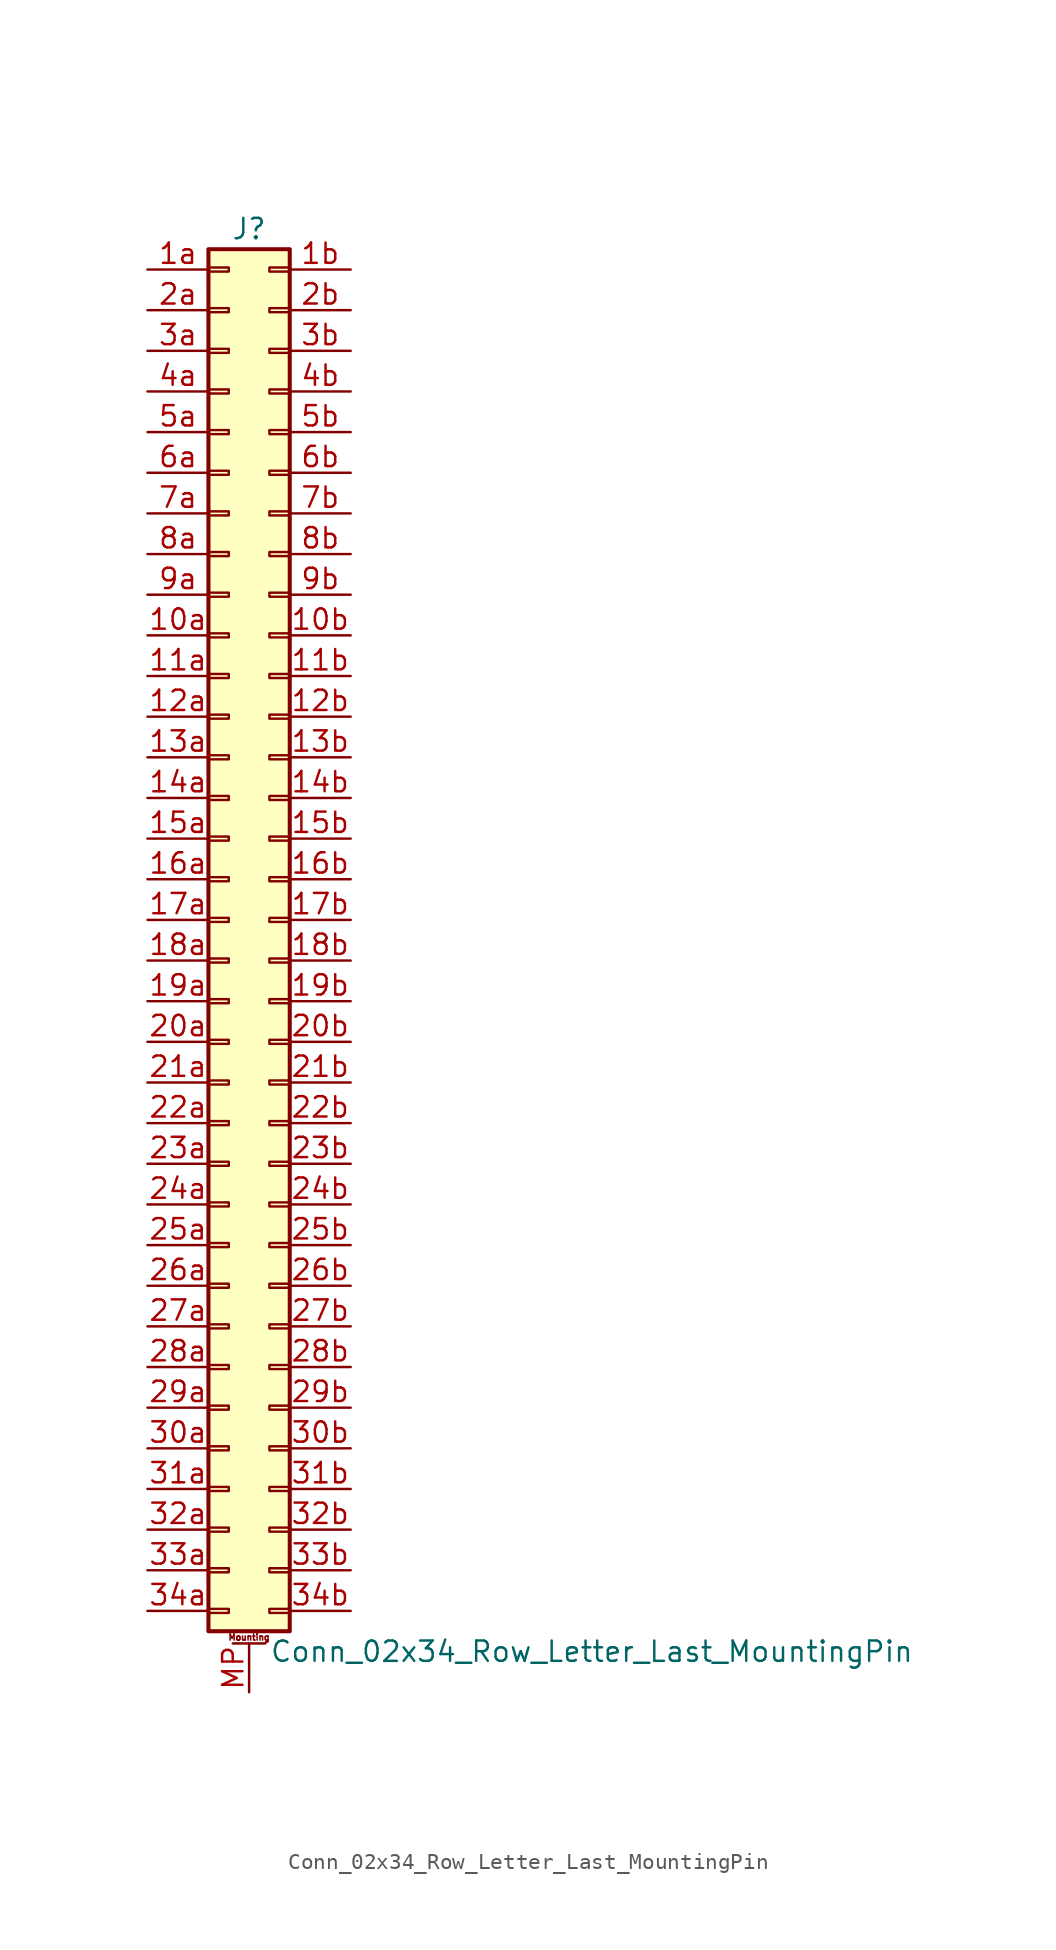
<source format=kicad_sym>
(kicad_symbol_lib
  (version 20201005)
  (generator kicad_symbol_editor)
  (symbol "Conn_02x34_Row_Letter_Last_MountingPin"
    (pin_names
      (offset 1.016) hide)
    (property "Reference" "J"
      (at 1.27 43.18 0)
      (effects (font (size 1.27 1.27))))
    (property "Value" "Conn_02x34_Row_Letter_Last_MountingPin"
      (at 2.54 -45.72 0)
      (effects (font (size 1.27 1.27)) (justify left)))
    (symbol "Conn_02x34_Row_Letter_Last_MountingPin_1_1"
      (text "Mounting" (at 1.27 -44.831 0) (effects (font (size 0.381 0.381))))
      (rectangle (start -1.27 -43.053) (end 0 -43.307) (stroke (width 0.152)) (fill (type none)))
      (rectangle (start -1.27 -40.513) (end 0 -40.767) (stroke (width 0.152)) (fill (type none)))
      (rectangle (start -1.27 -37.973) (end 0 -38.227) (stroke (width 0.152)) (fill (type none)))
      (rectangle (start -1.27 -35.433) (end 0 -35.687) (stroke (width 0.152)) (fill (type none)))
      (rectangle (start -1.27 -32.893) (end 0 -33.147) (stroke (width 0.152)) (fill (type none)))
      (rectangle (start -1.27 -30.353) (end 0 -30.607) (stroke (width 0.152)) (fill (type none)))
      (rectangle (start -1.27 -27.813) (end 0 -28.067) (stroke (width 0.152)) (fill (type none)))
      (rectangle (start -1.27 -25.273) (end 0 -25.527) (stroke (width 0.152)) (fill (type none)))
      (rectangle (start -1.27 -22.733) (end 0 -22.987) (stroke (width 0.152)) (fill (type none)))
      (rectangle (start -1.27 -20.193) (end 0 -20.447) (stroke (width 0.152)) (fill (type none)))
      (rectangle (start -1.27 -17.653) (end 0 -17.907) (stroke (width 0.152)) (fill (type none)))
      (rectangle (start -1.27 -15.113) (end 0 -15.367) (stroke (width 0.152)) (fill (type none)))
      (rectangle (start -1.27 -12.573) (end 0 -12.827) (stroke (width 0.152)) (fill (type none)))
      (rectangle (start -1.27 -10.033) (end 0 -10.287) (stroke (width 0.152)) (fill (type none)))
      (rectangle (start -1.27 -7.493) (end 0 -7.747) (stroke (width 0.152)) (fill (type none)))
      (rectangle (start -1.27 -4.953) (end 0 -5.207) (stroke (width 0.152)) (fill (type none)))
      (rectangle (start -1.27 -2.413) (end 0 -2.667) (stroke (width 0.152)) (fill (type none)))
      (rectangle (start -1.27 0.127) (end 0 -0.127) (stroke (width 0.152)) (fill (type none)))
      (rectangle (start -1.27 2.667) (end 0 2.413) (stroke (width 0.152)) (fill (type none)))
      (rectangle (start -1.27 5.207) (end 0 4.953) (stroke (width 0.152)) (fill (type none)))
      (rectangle (start -1.27 7.747) (end 0 7.493) (stroke (width 0.152)) (fill (type none)))
      (rectangle (start -1.27 10.287) (end 0 10.033) (stroke (width 0.152)) (fill (type none)))
      (rectangle (start -1.27 12.827) (end 0 12.573) (stroke (width 0.152)) (fill (type none)))
      (rectangle (start -1.27 15.367) (end 0 15.113) (stroke (width 0.152)) (fill (type none)))
      (rectangle (start -1.27 17.907) (end 0 17.653) (stroke (width 0.152)) (fill (type none)))
      (rectangle (start -1.27 20.447) (end 0 20.193) (stroke (width 0.152)) (fill (type none)))
      (rectangle (start -1.27 22.987) (end 0 22.733) (stroke (width 0.152)) (fill (type none)))
      (rectangle (start -1.27 25.527) (end 0 25.273) (stroke (width 0.152)) (fill (type none)))
      (rectangle (start -1.27 28.067) (end 0 27.813) (stroke (width 0.152)) (fill (type none)))
      (rectangle (start -1.27 30.607) (end 0 30.353) (stroke (width 0.152)) (fill (type none)))
      (rectangle (start -1.27 33.147) (end 0 32.893) (stroke (width 0.152)) (fill (type none)))
      (rectangle (start -1.27 35.687) (end 0 35.433) (stroke (width 0.152)) (fill (type none)))
      (rectangle (start -1.27 38.227) (end 0 37.973) (stroke (width 0.152)) (fill (type none)))
      (rectangle (start -1.27 40.767) (end 0 40.513) (stroke (width 0.152)) (fill (type none)))
      (rectangle (start -1.27 41.91) (end 3.81 -44.45) (stroke (width 0.254)) (fill (type background)))
      (rectangle (start 3.81 -43.053) (end 2.54 -43.307) (stroke (width 0.152)) (fill (type none)))
      (rectangle (start 3.81 -40.513) (end 2.54 -40.767) (stroke (width 0.152)) (fill (type none)))
      (rectangle (start 3.81 -37.973) (end 2.54 -38.227) (stroke (width 0.152)) (fill (type none)))
      (rectangle (start 3.81 -35.433) (end 2.54 -35.687) (stroke (width 0.152)) (fill (type none)))
      (rectangle (start 3.81 -32.893) (end 2.54 -33.147) (stroke (width 0.152)) (fill (type none)))
      (rectangle (start 3.81 -30.353) (end 2.54 -30.607) (stroke (width 0.152)) (fill (type none)))
      (rectangle (start 3.81 -27.813) (end 2.54 -28.067) (stroke (width 0.152)) (fill (type none)))
      (rectangle (start 3.81 -25.273) (end 2.54 -25.527) (stroke (width 0.152)) (fill (type none)))
      (rectangle (start 3.81 -22.733) (end 2.54 -22.987) (stroke (width 0.152)) (fill (type none)))
      (rectangle (start 3.81 -20.193) (end 2.54 -20.447) (stroke (width 0.152)) (fill (type none)))
      (rectangle (start 3.81 -17.653) (end 2.54 -17.907) (stroke (width 0.152)) (fill (type none)))
      (rectangle (start 3.81 -15.113) (end 2.54 -15.367) (stroke (width 0.152)) (fill (type none)))
      (rectangle (start 3.81 -12.573) (end 2.54 -12.827) (stroke (width 0.152)) (fill (type none)))
      (rectangle (start 3.81 -10.033) (end 2.54 -10.287) (stroke (width 0.152)) (fill (type none)))
      (rectangle (start 3.81 -7.493) (end 2.54 -7.747) (stroke (width 0.152)) (fill (type none)))
      (rectangle (start 3.81 -4.953) (end 2.54 -5.207) (stroke (width 0.152)) (fill (type none)))
      (rectangle (start 3.81 -2.413) (end 2.54 -2.667) (stroke (width 0.152)) (fill (type none)))
      (rectangle (start 3.81 0.127) (end 2.54 -0.127) (stroke (width 0.152)) (fill (type none)))
      (rectangle (start 3.81 2.667) (end 2.54 2.413) (stroke (width 0.152)) (fill (type none)))
      (rectangle (start 3.81 5.207) (end 2.54 4.953) (stroke (width 0.152)) (fill (type none)))
      (rectangle (start 3.81 7.747) (end 2.54 7.493) (stroke (width 0.152)) (fill (type none)))
      (rectangle (start 3.81 10.287) (end 2.54 10.033) (stroke (width 0.152)) (fill (type none)))
      (rectangle (start 3.81 12.827) (end 2.54 12.573) (stroke (width 0.152)) (fill (type none)))
      (rectangle (start 3.81 15.367) (end 2.54 15.113) (stroke (width 0.152)) (fill (type none)))
      (rectangle (start 3.81 17.907) (end 2.54 17.653) (stroke (width 0.152)) (fill (type none)))
      (rectangle (start 3.81 20.447) (end 2.54 20.193) (stroke (width 0.152)) (fill (type none)))
      (rectangle (start 3.81 22.987) (end 2.54 22.733) (stroke (width 0.152)) (fill (type none)))
      (rectangle (start 3.81 25.527) (end 2.54 25.273) (stroke (width 0.152)) (fill (type none)))
      (rectangle (start 3.81 28.067) (end 2.54 27.813) (stroke (width 0.152)) (fill (type none)))
      (rectangle (start 3.81 30.607) (end 2.54 30.353) (stroke (width 0.152)) (fill (type none)))
      (rectangle (start 3.81 33.147) (end 2.54 32.893) (stroke (width 0.152)) (fill (type none)))
      (rectangle (start 3.81 35.687) (end 2.54 35.433) (stroke (width 0.152)) (fill (type none)))
      (rectangle (start 3.81 38.227) (end 2.54 37.973) (stroke (width 0.152)) (fill (type none)))
      (rectangle (start 3.81 40.767) (end 2.54 40.513) (stroke (width 0.152)) (fill (type none)))
      (polyline (pts (xy 0.254 -45.212) (xy 2.286 -45.212)) (stroke (width 0.152)) (fill (type none)))
      (pin passive line (at -5.08 17.78 0) (length 3.81) (name "Pin_10a" (effects (font (size 1.27 1.27)))) (number "10a" (effects (font (size 1.27 1.27)))))
      (pin passive line (at 7.62 17.78 180) (length 3.81) (name "Pin_10b" (effects (font (size 1.27 1.27)))) (number "10b" (effects (font (size 1.27 1.27)))))
      (pin passive line (at -5.08 15.24 0) (length 3.81) (name "Pin_11a" (effects (font (size 1.27 1.27)))) (number "11a" (effects (font (size 1.27 1.27)))))
      (pin passive line (at 7.62 15.24 180) (length 3.81) (name "Pin_11b" (effects (font (size 1.27 1.27)))) (number "11b" (effects (font (size 1.27 1.27)))))
      (pin passive line (at -5.08 12.7 0) (length 3.81) (name "Pin_12a" (effects (font (size 1.27 1.27)))) (number "12a" (effects (font (size 1.27 1.27)))))
      (pin passive line (at 7.62 12.7 180) (length 3.81) (name "Pin_12b" (effects (font (size 1.27 1.27)))) (number "12b" (effects (font (size 1.27 1.27)))))
      (pin passive line (at -5.08 10.16 0) (length 3.81) (name "Pin_13a" (effects (font (size 1.27 1.27)))) (number "13a" (effects (font (size 1.27 1.27)))))
      (pin passive line (at 7.62 10.16 180) (length 3.81) (name "Pin_13b" (effects (font (size 1.27 1.27)))) (number "13b" (effects (font (size 1.27 1.27)))))
      (pin passive line (at -5.08 7.62 0) (length 3.81) (name "Pin_14a" (effects (font (size 1.27 1.27)))) (number "14a" (effects (font (size 1.27 1.27)))))
      (pin passive line (at 7.62 7.62 180) (length 3.81) (name "Pin_14b" (effects (font (size 1.27 1.27)))) (number "14b" (effects (font (size 1.27 1.27)))))
      (pin passive line (at -5.08 5.08 0) (length 3.81) (name "Pin_15a" (effects (font (size 1.27 1.27)))) (number "15a" (effects (font (size 1.27 1.27)))))
      (pin passive line (at 7.62 5.08 180) (length 3.81) (name "Pin_15b" (effects (font (size 1.27 1.27)))) (number "15b" (effects (font (size 1.27 1.27)))))
      (pin passive line (at -5.08 2.54 0) (length 3.81) (name "Pin_16a" (effects (font (size 1.27 1.27)))) (number "16a" (effects (font (size 1.27 1.27)))))
      (pin passive line (at 7.62 2.54 180) (length 3.81) (name "Pin_16b" (effects (font (size 1.27 1.27)))) (number "16b" (effects (font (size 1.27 1.27)))))
      (pin passive line (at -5.08 0 0) (length 3.81) (name "Pin_17a" (effects (font (size 1.27 1.27)))) (number "17a" (effects (font (size 1.27 1.27)))))
      (pin passive line (at 7.62 0 180) (length 3.81) (name "Pin_17b" (effects (font (size 1.27 1.27)))) (number "17b" (effects (font (size 1.27 1.27)))))
      (pin passive line (at -5.08 -2.54 0) (length 3.81) (name "Pin_18a" (effects (font (size 1.27 1.27)))) (number "18a" (effects (font (size 1.27 1.27)))))
      (pin passive line (at 7.62 -2.54 180) (length 3.81) (name "Pin_18b" (effects (font (size 1.27 1.27)))) (number "18b" (effects (font (size 1.27 1.27)))))
      (pin passive line (at -5.08 -5.08 0) (length 3.81) (name "Pin_19a" (effects (font (size 1.27 1.27)))) (number "19a" (effects (font (size 1.27 1.27)))))
      (pin passive line (at 7.62 -5.08 180) (length 3.81) (name "Pin_19b" (effects (font (size 1.27 1.27)))) (number "19b" (effects (font (size 1.27 1.27)))))
      (pin passive line (at -5.08 40.64 0) (length 3.81) (name "Pin_1a" (effects (font (size 1.27 1.27)))) (number "1a" (effects (font (size 1.27 1.27)))))
      (pin passive line (at 7.62 40.64 180) (length 3.81) (name "Pin_1b" (effects (font (size 1.27 1.27)))) (number "1b" (effects (font (size 1.27 1.27)))))
      (pin passive line (at -5.08 -7.62 0) (length 3.81) (name "Pin_20a" (effects (font (size 1.27 1.27)))) (number "20a" (effects (font (size 1.27 1.27)))))
      (pin passive line (at 7.62 -7.62 180) (length 3.81) (name "Pin_20b" (effects (font (size 1.27 1.27)))) (number "20b" (effects (font (size 1.27 1.27)))))
      (pin passive line (at -5.08 -10.16 0) (length 3.81) (name "Pin_21a" (effects (font (size 1.27 1.27)))) (number "21a" (effects (font (size 1.27 1.27)))))
      (pin passive line (at 7.62 -10.16 180) (length 3.81) (name "Pin_21b" (effects (font (size 1.27 1.27)))) (number "21b" (effects (font (size 1.27 1.27)))))
      (pin passive line (at -5.08 -12.7 0) (length 3.81) (name "Pin_22a" (effects (font (size 1.27 1.27)))) (number "22a" (effects (font (size 1.27 1.27)))))
      (pin passive line (at 7.62 -12.7 180) (length 3.81) (name "Pin_22b" (effects (font (size 1.27 1.27)))) (number "22b" (effects (font (size 1.27 1.27)))))
      (pin passive line (at -5.08 -15.24 0) (length 3.81) (name "Pin_23a" (effects (font (size 1.27 1.27)))) (number "23a" (effects (font (size 1.27 1.27)))))
      (pin passive line (at 7.62 -15.24 180) (length 3.81) (name "Pin_23b" (effects (font (size 1.27 1.27)))) (number "23b" (effects (font (size 1.27 1.27)))))
      (pin passive line (at -5.08 -17.78 0) (length 3.81) (name "Pin_24a" (effects (font (size 1.27 1.27)))) (number "24a" (effects (font (size 1.27 1.27)))))
      (pin passive line (at 7.62 -17.78 180) (length 3.81) (name "Pin_24b" (effects (font (size 1.27 1.27)))) (number "24b" (effects (font (size 1.27 1.27)))))
      (pin passive line (at -5.08 -20.32 0) (length 3.81) (name "Pin_25a" (effects (font (size 1.27 1.27)))) (number "25a" (effects (font (size 1.27 1.27)))))
      (pin passive line (at 7.62 -20.32 180) (length 3.81) (name "Pin_25b" (effects (font (size 1.27 1.27)))) (number "25b" (effects (font (size 1.27 1.27)))))
      (pin passive line (at -5.08 -22.86 0) (length 3.81) (name "Pin_26a" (effects (font (size 1.27 1.27)))) (number "26a" (effects (font (size 1.27 1.27)))))
      (pin passive line (at 7.62 -22.86 180) (length 3.81) (name "Pin_26b" (effects (font (size 1.27 1.27)))) (number "26b" (effects (font (size 1.27 1.27)))))
      (pin passive line (at -5.08 -25.4 0) (length 3.81) (name "Pin_27a" (effects (font (size 1.27 1.27)))) (number "27a" (effects (font (size 1.27 1.27)))))
      (pin passive line (at 7.62 -25.4 180) (length 3.81) (name "Pin_27b" (effects (font (size 1.27 1.27)))) (number "27b" (effects (font (size 1.27 1.27)))))
      (pin passive line (at -5.08 -27.94 0) (length 3.81) (name "Pin_28a" (effects (font (size 1.27 1.27)))) (number "28a" (effects (font (size 1.27 1.27)))))
      (pin passive line (at 7.62 -27.94 180) (length 3.81) (name "Pin_28b" (effects (font (size 1.27 1.27)))) (number "28b" (effects (font (size 1.27 1.27)))))
      (pin passive line (at -5.08 -30.48 0) (length 3.81) (name "Pin_29a" (effects (font (size 1.27 1.27)))) (number "29a" (effects (font (size 1.27 1.27)))))
      (pin passive line (at 7.62 -30.48 180) (length 3.81) (name "Pin_29b" (effects (font (size 1.27 1.27)))) (number "29b" (effects (font (size 1.27 1.27)))))
      (pin passive line (at -5.08 38.1 0) (length 3.81) (name "Pin_2a" (effects (font (size 1.27 1.27)))) (number "2a" (effects (font (size 1.27 1.27)))))
      (pin passive line (at 7.62 38.1 180) (length 3.81) (name "Pin_2b" (effects (font (size 1.27 1.27)))) (number "2b" (effects (font (size 1.27 1.27)))))
      (pin passive line (at -5.08 -33.02 0) (length 3.81) (name "Pin_30a" (effects (font (size 1.27 1.27)))) (number "30a" (effects (font (size 1.27 1.27)))))
      (pin passive line (at 7.62 -33.02 180) (length 3.81) (name "Pin_30b" (effects (font (size 1.27 1.27)))) (number "30b" (effects (font (size 1.27 1.27)))))
      (pin passive line (at -5.08 -35.56 0) (length 3.81) (name "Pin_31a" (effects (font (size 1.27 1.27)))) (number "31a" (effects (font (size 1.27 1.27)))))
      (pin passive line (at 7.62 -35.56 180) (length 3.81) (name "Pin_31b" (effects (font (size 1.27 1.27)))) (number "31b" (effects (font (size 1.27 1.27)))))
      (pin passive line (at -5.08 -38.1 0) (length 3.81) (name "Pin_32a" (effects (font (size 1.27 1.27)))) (number "32a" (effects (font (size 1.27 1.27)))))
      (pin passive line (at 7.62 -38.1 180) (length 3.81) (name "Pin_32b" (effects (font (size 1.27 1.27)))) (number "32b" (effects (font (size 1.27 1.27)))))
      (pin passive line (at -5.08 -40.64 0) (length 3.81) (name "Pin_33a" (effects (font (size 1.27 1.27)))) (number "33a" (effects (font (size 1.27 1.27)))))
      (pin passive line (at 7.62 -40.64 180) (length 3.81) (name "Pin_33b" (effects (font (size 1.27 1.27)))) (number "33b" (effects (font (size 1.27 1.27)))))
      (pin passive line (at -5.08 -43.18 0) (length 3.81) (name "Pin_34a" (effects (font (size 1.27 1.27)))) (number "34a" (effects (font (size 1.27 1.27)))))
      (pin passive line (at 7.62 -43.18 180) (length 3.81) (name "Pin_34b" (effects (font (size 1.27 1.27)))) (number "34b" (effects (font (size 1.27 1.27)))))
      (pin passive line (at -5.08 35.56 0) (length 3.81) (name "Pin_3a" (effects (font (size 1.27 1.27)))) (number "3a" (effects (font (size 1.27 1.27)))))
      (pin passive line (at 7.62 35.56 180) (length 3.81) (name "Pin_3b" (effects (font (size 1.27 1.27)))) (number "3b" (effects (font (size 1.27 1.27)))))
      (pin passive line (at -5.08 33.02 0) (length 3.81) (name "Pin_4a" (effects (font (size 1.27 1.27)))) (number "4a" (effects (font (size 1.27 1.27)))))
      (pin passive line (at 7.62 33.02 180) (length 3.81) (name "Pin_4b" (effects (font (size 1.27 1.27)))) (number "4b" (effects (font (size 1.27 1.27)))))
      (pin passive line (at -5.08 30.48 0) (length 3.81) (name "Pin_5a" (effects (font (size 1.27 1.27)))) (number "5a" (effects (font (size 1.27 1.27)))))
      (pin passive line (at 7.62 30.48 180) (length 3.81) (name "Pin_5b" (effects (font (size 1.27 1.27)))) (number "5b" (effects (font (size 1.27 1.27)))))
      (pin passive line (at -5.08 27.94 0) (length 3.81) (name "Pin_6a" (effects (font (size 1.27 1.27)))) (number "6a" (effects (font (size 1.27 1.27)))))
      (pin passive line (at 7.62 27.94 180) (length 3.81) (name "Pin_6b" (effects (font (size 1.27 1.27)))) (number "6b" (effects (font (size 1.27 1.27)))))
      (pin passive line (at -5.08 25.4 0) (length 3.81) (name "Pin_7a" (effects (font (size 1.27 1.27)))) (number "7a" (effects (font (size 1.27 1.27)))))
      (pin passive line (at 7.62 25.4 180) (length 3.81) (name "Pin_7b" (effects (font (size 1.27 1.27)))) (number "7b" (effects (font (size 1.27 1.27)))))
      (pin passive line (at -5.08 22.86 0) (length 3.81) (name "Pin_8a" (effects (font (size 1.27 1.27)))) (number "8a" (effects (font (size 1.27 1.27)))))
      (pin passive line (at 7.62 22.86 180) (length 3.81) (name "Pin_8b" (effects (font (size 1.27 1.27)))) (number "8b" (effects (font (size 1.27 1.27)))))
      (pin passive line (at -5.08 20.32 0) (length 3.81) (name "Pin_9a" (effects (font (size 1.27 1.27)))) (number "9a" (effects (font (size 1.27 1.27)))))
      (pin passive line (at 7.62 20.32 180) (length 3.81) (name "Pin_9b" (effects (font (size 1.27 1.27)))) (number "9b" (effects (font (size 1.27 1.27)))))
      (pin passive line (at 1.27 -48.26 90) (length 3.048) (name "MountPin" (effects (font (size 1.27 1.27)))) (number "MP" (effects (font (size 1.27 1.27))))))))
</source>
